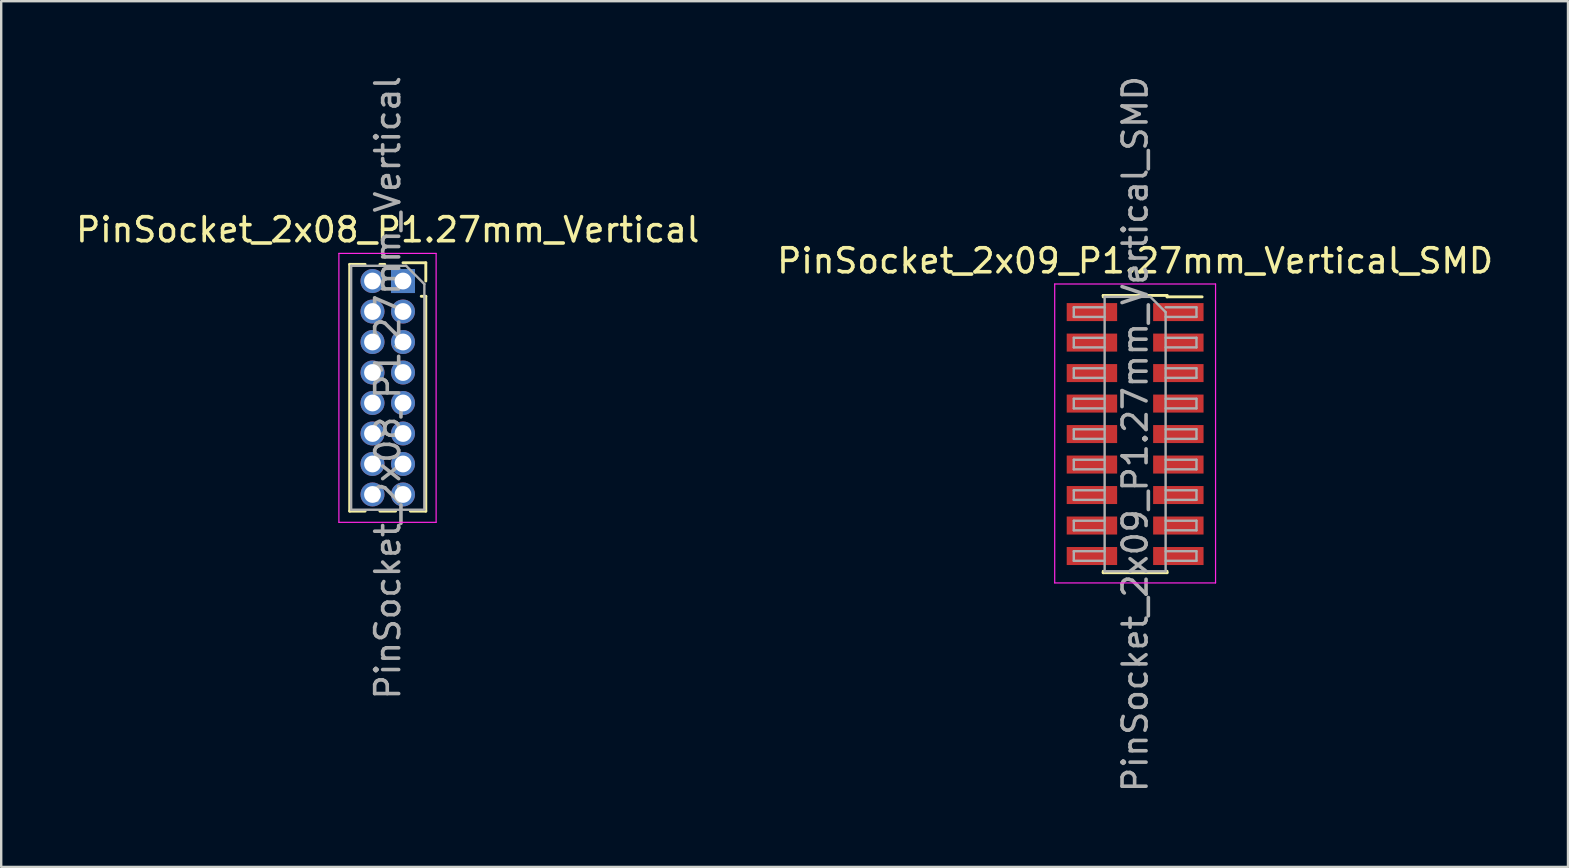
<source format=kicad_pcb>
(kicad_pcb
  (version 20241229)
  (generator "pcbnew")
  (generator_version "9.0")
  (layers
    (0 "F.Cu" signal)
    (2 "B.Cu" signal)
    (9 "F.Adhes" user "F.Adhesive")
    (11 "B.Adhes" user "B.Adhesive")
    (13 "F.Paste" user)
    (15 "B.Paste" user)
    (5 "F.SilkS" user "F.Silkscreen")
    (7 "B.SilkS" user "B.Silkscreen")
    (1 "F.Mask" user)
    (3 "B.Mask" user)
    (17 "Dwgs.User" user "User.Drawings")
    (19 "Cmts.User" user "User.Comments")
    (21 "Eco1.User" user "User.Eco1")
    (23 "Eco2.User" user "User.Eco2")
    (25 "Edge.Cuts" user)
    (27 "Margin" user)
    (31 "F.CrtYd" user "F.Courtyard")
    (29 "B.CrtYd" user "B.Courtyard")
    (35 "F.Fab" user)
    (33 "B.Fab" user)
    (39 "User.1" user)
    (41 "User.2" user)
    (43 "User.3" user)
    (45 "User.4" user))
  (footprint "PinSocket_2x09_P1.27mm_Vertical_SMD"
    (layer "F.Cu")
    (at 44.232 15.03)
    (property "Reference" "PinSocket_2x09_P1.27mm_Vertical_SMD" (at 0 -7.215 0) (layer "F.SilkS") (effects (font (size 1 1) (thickness 0.15))))
    (attr smd)
    (fp_line (start -1.33 -5.775) (end -1.33 -5.715) (stroke (width 0.12) (type solid)) (layer "F.SilkS"))
    (fp_line (start -1.33 -5.775) (end 1.33 -5.775) (stroke (width 0.12) (type solid)) (layer "F.SilkS"))
    (fp_line (start -1.33 5.715) (end -1.33 5.775) (stroke (width 0.12) (type solid)) (layer "F.SilkS"))
    (fp_line (start -1.33 5.775) (end 1.33 5.775) (stroke (width 0.12) (type solid)) (layer "F.SilkS"))
    (fp_line (start 1.33 -5.775) (end 1.33 -5.715) (stroke (width 0.12) (type solid)) (layer "F.SilkS"))
    (fp_line (start 1.33 -5.715) (end 2.79 -5.715) (stroke (width 0.12) (type solid)) (layer "F.SilkS"))
    (fp_line (start 1.33 5.715) (end 1.33 5.775) (stroke (width 0.12) (type solid)) (layer "F.SilkS"))
    (fp_line (start -3.35 -6.25) (end 3.35 -6.25) (stroke (width 0.05) (type solid)) (layer "F.CrtYd"))
    (fp_line (start -3.35 6.2) (end -3.35 -6.25) (stroke (width 0.05) (type solid)) (layer "F.CrtYd"))
    (fp_line (start 3.35 -6.25) (end 3.35 6.2) (stroke (width 0.05) (type solid)) (layer "F.CrtYd"))
    (fp_line (start 3.35 6.2) (end -3.35 6.2) (stroke (width 0.05) (type solid)) (layer "F.CrtYd"))
    (fp_line (start -2.555 -5.28) (end -1.27 -5.28) (stroke (width 0.1) (type solid)) (layer "F.Fab"))
    (fp_line (start -2.555 -4.88) (end -2.555 -5.28) (stroke (width 0.1) (type solid)) (layer "F.Fab"))
    (fp_line (start -2.555 -4.01) (end -1.27 -4.01) (stroke (width 0.1) (type solid)) (layer "F.Fab"))
    (fp_line (start -2.555 -3.61) (end -2.555 -4.01) (stroke (width 0.1) (type solid)) (layer "F.Fab"))
    (fp_line (start -2.555 -2.74) (end -1.27 -2.74) (stroke (width 0.1) (type solid)) (layer "F.Fab"))
    (fp_line (start -2.555 -2.34) (end -2.555 -2.74) (stroke (width 0.1) (type solid)) (layer "F.Fab"))
    (fp_line (start -2.555 -1.47) (end -1.27 -1.47) (stroke (width 0.1) (type solid)) (layer "F.Fab"))
    (fp_line (start -2.555 -1.07) (end -2.555 -1.47) (stroke (width 0.1) (type solid)) (layer "F.Fab"))
    (fp_line (start -2.555 -0.2) (end -1.27 -0.2) (stroke (width 0.1) (type solid)) (layer "F.Fab"))
    (fp_line (start -2.555 0.2) (end -2.555 -0.2) (stroke (width 0.1) (type solid)) (layer "F.Fab"))
    (fp_line (start -2.555 1.07) (end -1.27 1.07) (stroke (width 0.1) (type solid)) (layer "F.Fab"))
    (fp_line (start -2.555 1.47) (end -2.555 1.07) (stroke (width 0.1) (type solid)) (layer "F.Fab"))
    (fp_line (start -2.555 2.34) (end -1.27 2.34) (stroke (width 0.1) (type solid)) (layer "F.Fab"))
    (fp_line (start -2.555 2.74) (end -2.555 2.34) (stroke (width 0.1) (type solid)) (layer "F.Fab"))
    (fp_line (start -2.555 3.61) (end -1.27 3.61) (stroke (width 0.1) (type solid)) (layer "F.Fab"))
    (fp_line (start -2.555 4.01) (end -2.555 3.61) (stroke (width 0.1) (type solid)) (layer "F.Fab"))
    (fp_line (start -2.555 4.88) (end -1.27 4.88) (stroke (width 0.1) (type solid)) (layer "F.Fab"))
    (fp_line (start -2.555 5.28) (end -2.555 4.88) (stroke (width 0.1) (type solid)) (layer "F.Fab"))
    (fp_line (start -1.27 -5.715) (end 0.635 -5.715) (stroke (width 0.1) (type solid)) (layer "F.Fab"))
    (fp_line (start -1.27 -4.88) (end -2.555 -4.88) (stroke (width 0.1) (type solid)) (layer "F.Fab"))
    (fp_line (start -1.27 -3.61) (end -2.555 -3.61) (stroke (width 0.1) (type solid)) (layer "F.Fab"))
    (fp_line (start -1.27 -2.34) (end -2.555 -2.34) (stroke (width 0.1) (type solid)) (layer "F.Fab"))
    (fp_line (start -1.27 -1.07) (end -2.555 -1.07) (stroke (width 0.1) (type solid)) (layer "F.Fab"))
    (fp_line (start -1.27 0.2) (end -2.555 0.2) (stroke (width 0.1) (type solid)) (layer "F.Fab"))
    (fp_line (start -1.27 1.47) (end -2.555 1.47) (stroke (width 0.1) (type solid)) (layer "F.Fab"))
    (fp_line (start -1.27 2.74) (end -2.555 2.74) (stroke (width 0.1) (type solid)) (layer "F.Fab"))
    (fp_line (start -1.27 4.01) (end -2.555 4.01) (stroke (width 0.1) (type solid)) (layer "F.Fab"))
    (fp_line (start -1.27 5.28) (end -2.555 5.28) (stroke (width 0.1) (type solid)) (layer "F.Fab"))
    (fp_line (start -1.27 5.715) (end -1.27 -5.715) (stroke (width 0.1) (type solid)) (layer "F.Fab"))
    (fp_line (start 0.635 -5.715) (end 1.27 -5.08) (stroke (width 0.1) (type solid)) (layer "F.Fab"))
    (fp_line (start 1.27 -5.28) (end 2.555 -5.28) (stroke (width 0.1) (type solid)) (layer "F.Fab"))
    (fp_line (start 1.27 -5.08) (end 1.27 5.715) (stroke (width 0.1) (type solid)) (layer "F.Fab"))
    (fp_line (start 1.27 -4.01) (end 2.555 -4.01) (stroke (width 0.1) (type solid)) (layer "F.Fab"))
    (fp_line (start 1.27 -2.74) (end 2.555 -2.74) (stroke (width 0.1) (type solid)) (layer "F.Fab"))
    (fp_line (start 1.27 -1.47) (end 2.555 -1.47) (stroke (width 0.1) (type solid)) (layer "F.Fab"))
    (fp_line (start 1.27 -0.2) (end 2.555 -0.2) (stroke (width 0.1) (type solid)) (layer "F.Fab"))
    (fp_line (start 1.27 1.07) (end 2.555 1.07) (stroke (width 0.1) (type solid)) (layer "F.Fab"))
    (fp_line (start 1.27 2.34) (end 2.555 2.34) (stroke (width 0.1) (type solid)) (layer "F.Fab"))
    (fp_line (start 1.27 3.61) (end 2.555 3.61) (stroke (width 0.1) (type solid)) (layer "F.Fab"))
    (fp_line (start 1.27 4.88) (end 2.555 4.88) (stroke (width 0.1) (type solid)) (layer "F.Fab"))
    (fp_line (start 1.27 5.715) (end -1.27 5.715) (stroke (width 0.1) (type solid)) (layer "F.Fab"))
    (fp_line (start 2.555 -5.28) (end 2.555 -4.88) (stroke (width 0.1) (type solid)) (layer "F.Fab"))
    (fp_line (start 2.555 -4.88) (end 1.27 -4.88) (stroke (width 0.1) (type solid)) (layer "F.Fab"))
    (fp_line (start 2.555 -4.01) (end 2.555 -3.61) (stroke (width 0.1) (type solid)) (layer "F.Fab"))
    (fp_line (start 2.555 -3.61) (end 1.27 -3.61) (stroke (width 0.1) (type solid)) (layer "F.Fab"))
    (fp_line (start 2.555 -2.74) (end 2.555 -2.34) (stroke (width 0.1) (type solid)) (layer "F.Fab"))
    (fp_line (start 2.555 -2.34) (end 1.27 -2.34) (stroke (width 0.1) (type solid)) (layer "F.Fab"))
    (fp_line (start 2.555 -1.47) (end 2.555 -1.07) (stroke (width 0.1) (type solid)) (layer "F.Fab"))
    (fp_line (start 2.555 -1.07) (end 1.27 -1.07) (stroke (width 0.1) (type solid)) (layer "F.Fab"))
    (fp_line (start 2.555 -0.2) (end 2.555 0.2) (stroke (width 0.1) (type solid)) (layer "F.Fab"))
    (fp_line (start 2.555 0.2) (end 1.27 0.2) (stroke (width 0.1) (type solid)) (layer "F.Fab"))
    (fp_line (start 2.555 1.07) (end 2.555 1.47) (stroke (width 0.1) (type solid)) (layer "F.Fab"))
    (fp_line (start 2.555 1.47) (end 1.27 1.47) (stroke (width 0.1) (type solid)) (layer "F.Fab"))
    (fp_line (start 2.555 2.34) (end 2.555 2.74) (stroke (width 0.1) (type solid)) (layer "F.Fab"))
    (fp_line (start 2.555 2.74) (end 1.27 2.74) (stroke (width 0.1) (type solid)) (layer "F.Fab"))
    (fp_line (start 2.555 3.61) (end 2.555 4.01) (stroke (width 0.1) (type solid)) (layer "F.Fab"))
    (fp_line (start 2.555 4.01) (end 1.27 4.01) (stroke (width 0.1) (type solid)) (layer "F.Fab"))
    (fp_line (start 2.555 4.88) (end 2.555 5.28) (stroke (width 0.1) (type solid)) (layer "F.Fab"))
    (fp_line (start 2.555 5.28) (end 1.27 5.28) (stroke (width 0.1) (type solid)) (layer "F.Fab"))
    (fp_text user "${REFERENCE}" (at 0 0 90) (layer "F.Fab") (effects (font (size 1 1) (thickness 0.15))))
    (pad "1" smd rect (at 1.8 -5.08) (size 2.1 0.75) (layers "F.Cu" "F.Mask" "F.Paste"))
    (pad "2" smd rect (at -1.8 -5.08) (size 2.1 0.75) (layers "F.Cu" "F.Mask" "F.Paste"))
    (pad "3" smd rect (at 1.8 -3.81) (size 2.1 0.75) (layers "F.Cu" "F.Mask" "F.Paste"))
    (pad "4" smd rect (at -1.8 -3.81) (size 2.1 0.75) (layers "F.Cu" "F.Mask" "F.Paste"))
    (pad "5" smd rect (at 1.8 -2.54) (size 2.1 0.75) (layers "F.Cu" "F.Mask" "F.Paste"))
    (pad "6" smd rect (at -1.8 -2.54) (size 2.1 0.75) (layers "F.Cu" "F.Mask" "F.Paste"))
    (pad "7" smd rect (at 1.8 -1.27) (size 2.1 0.75) (layers "F.Cu" "F.Mask" "F.Paste"))
    (pad "8" smd rect (at -1.8 -1.27) (size 2.1 0.75) (layers "F.Cu" "F.Mask" "F.Paste"))
    (pad "9" smd rect (at 1.8 0) (size 2.1 0.75) (layers "F.Cu" "F.Mask" "F.Paste"))
    (pad "10" smd rect (at -1.8 0) (size 2.1 0.75) (layers "F.Cu" "F.Mask" "F.Paste"))
    (pad "11" smd rect (at 1.8 1.27) (size 2.1 0.75) (layers "F.Cu" "F.Mask" "F.Paste"))
    (pad "12" smd rect (at -1.8 1.27) (size 2.1 0.75) (layers "F.Cu" "F.Mask" "F.Paste"))
    (pad "13" smd rect (at 1.8 2.54) (size 2.1 0.75) (layers "F.Cu" "F.Mask" "F.Paste"))
    (pad "14" smd rect (at -1.8 2.54) (size 2.1 0.75) (layers "F.Cu" "F.Mask" "F.Paste"))
    (pad "15" smd rect (at 1.8 3.81) (size 2.1 0.75) (layers "F.Cu" "F.Mask" "F.Paste"))
    (pad "16" smd rect (at -1.8 3.81) (size 2.1 0.75) (layers "F.Cu" "F.Mask" "F.Paste"))
    (pad "17" smd rect (at 1.8 5.08) (size 2.1 0.75) (layers "F.Cu" "F.Mask" "F.Paste"))
    (pad "18" smd rect (at -1.8 5.08) (size 2.1 0.75) (layers "F.Cu" "F.Mask" "F.Paste")))
  (footprint "PinSocket_2x08_P1.27mm_Vertical"
    (layer "F.Cu")
    (at 13.736 8.656)
    (property "Reference" "PinSocket_2x08_P1.27mm_Vertical" (at -0.635 -2.135 0) (layer "F.SilkS") (effects (font (size 1 1) (thickness 0.15))))
    (attr through_hole)
    (fp_line (start -2.22 -0.695) (end -2.22 9.585) (stroke (width 0.12) (type solid)) (layer "F.SilkS"))
    (fp_line (start -2.22 -0.695) (end -1.578 -0.695) (stroke (width 0.12) (type solid)) (layer "F.SilkS"))
    (fp_line (start -2.22 9.585) (end -1.578 9.585) (stroke (width 0.12) (type solid)) (layer "F.SilkS"))
    (fp_line (start -0.962 -0.695) (end -0.76 -0.695) (stroke (width 0.12) (type solid)) (layer "F.SilkS"))
    (fp_line (start -0.962 9.585) (end -0.308 9.585) (stroke (width 0.12) (type solid)) (layer "F.SilkS"))
    (fp_line (start 0 -0.76) (end 0.95 -0.76) (stroke (width 0.12) (type solid)) (layer "F.SilkS"))
    (fp_line (start 0.308 9.585) (end 0.95 9.585) (stroke (width 0.12) (type solid)) (layer "F.SilkS"))
    (fp_line (start 0.76 0.635) (end 0.95 0.635) (stroke (width 0.12) (type solid)) (layer "F.SilkS"))
    (fp_line (start 0.95 -0.76) (end 0.95 0) (stroke (width 0.12) (type solid)) (layer "F.SilkS"))
    (fp_line (start 0.95 0.635) (end 0.95 9.585) (stroke (width 0.12) (type solid)) (layer "F.SilkS"))
    (fp_line (start -2.67 -1.15) (end 1.38 -1.15) (stroke (width 0.05) (type solid)) (layer "F.CrtYd"))
    (fp_line (start -2.67 10.05) (end -2.67 -1.15) (stroke (width 0.05) (type solid)) (layer "F.CrtYd"))
    (fp_line (start 1.38 -1.15) (end 1.38 10.05) (stroke (width 0.05) (type solid)) (layer "F.CrtYd"))
    (fp_line (start 1.38 10.05) (end -2.67 10.05) (stroke (width 0.05) (type solid)) (layer "F.CrtYd"))
    (fp_line (start -2.16 -0.635) (end 0.128 -0.635) (stroke (width 0.1) (type solid)) (layer "F.Fab"))
    (fp_line (start -2.16 9.525) (end -2.16 -0.635) (stroke (width 0.1) (type solid)) (layer "F.Fab"))
    (fp_line (start 0.128 -0.635) (end 0.89 0.128) (stroke (width 0.1) (type solid)) (layer "F.Fab"))
    (fp_line (start 0.89 0.128) (end 0.89 9.525) (stroke (width 0.1) (type solid)) (layer "F.Fab"))
    (fp_line (start 0.89 9.525) (end -2.16 9.525) (stroke (width 0.1) (type solid)) (layer "F.Fab"))
    (fp_text user "${REFERENCE}" (at -0.635 4.445 90) (layer "F.Fab") (effects (font (size 1 1) (thickness 0.15))))
    (pad "1" thru_hole rect (at 0 0) (size 1 1) (drill 0.7) (layers "*.Cu" "*.Mask"))
    (pad "2" thru_hole oval (at -1.27 0) (size 1 1) (drill 0.7) (layers "*.Cu" "*.Mask"))
    (pad "3" thru_hole oval (at 0 1.27) (size 1 1) (drill 0.7) (layers "*.Cu" "*.Mask"))
    (pad "4" thru_hole oval (at -1.27 1.27) (size 1 1) (drill 0.7) (layers "*.Cu" "*.Mask"))
    (pad "5" thru_hole oval (at 0 2.54) (size 1 1) (drill 0.7) (layers "*.Cu" "*.Mask"))
    (pad "6" thru_hole oval (at -1.27 2.54) (size 1 1) (drill 0.7) (layers "*.Cu" "*.Mask"))
    (pad "7" thru_hole oval (at 0 3.81) (size 1 1) (drill 0.7) (layers "*.Cu" "*.Mask"))
    (pad "8" thru_hole oval (at -1.27 3.81) (size 1 1) (drill 0.7) (layers "*.Cu" "*.Mask"))
    (pad "9" thru_hole oval (at 0 5.08) (size 1 1) (drill 0.7) (layers "*.Cu" "*.Mask"))
    (pad "10" thru_hole oval (at -1.27 5.08) (size 1 1) (drill 0.7) (layers "*.Cu" "*.Mask"))
    (pad "11" thru_hole oval (at 0 6.35) (size 1 1) (drill 0.7) (layers "*.Cu" "*.Mask"))
    (pad "12" thru_hole oval (at -1.27 6.35) (size 1 1) (drill 0.7) (layers "*.Cu" "*.Mask"))
    (pad "13" thru_hole oval (at 0 7.62) (size 1 1) (drill 0.7) (layers "*.Cu" "*.Mask"))
    (pad "14" thru_hole oval (at -1.27 7.62) (size 1 1) (drill 0.7) (layers "*.Cu" "*.Mask"))
    (pad "15" thru_hole oval (at 0 8.89) (size 1 1) (drill 0.7) (layers "*.Cu" "*.Mask"))
    (pad "16" thru_hole oval (at -1.27 8.89) (size 1 1) (drill 0.7) (layers "*.Cu" "*.Mask")))
  (gr_rect
    (start -3 -3)
    (end 62.262 33.06)
    (stroke (width 0.1) (type default))
    (fill no)
    (layer "Edge.Cuts")))
</source>
